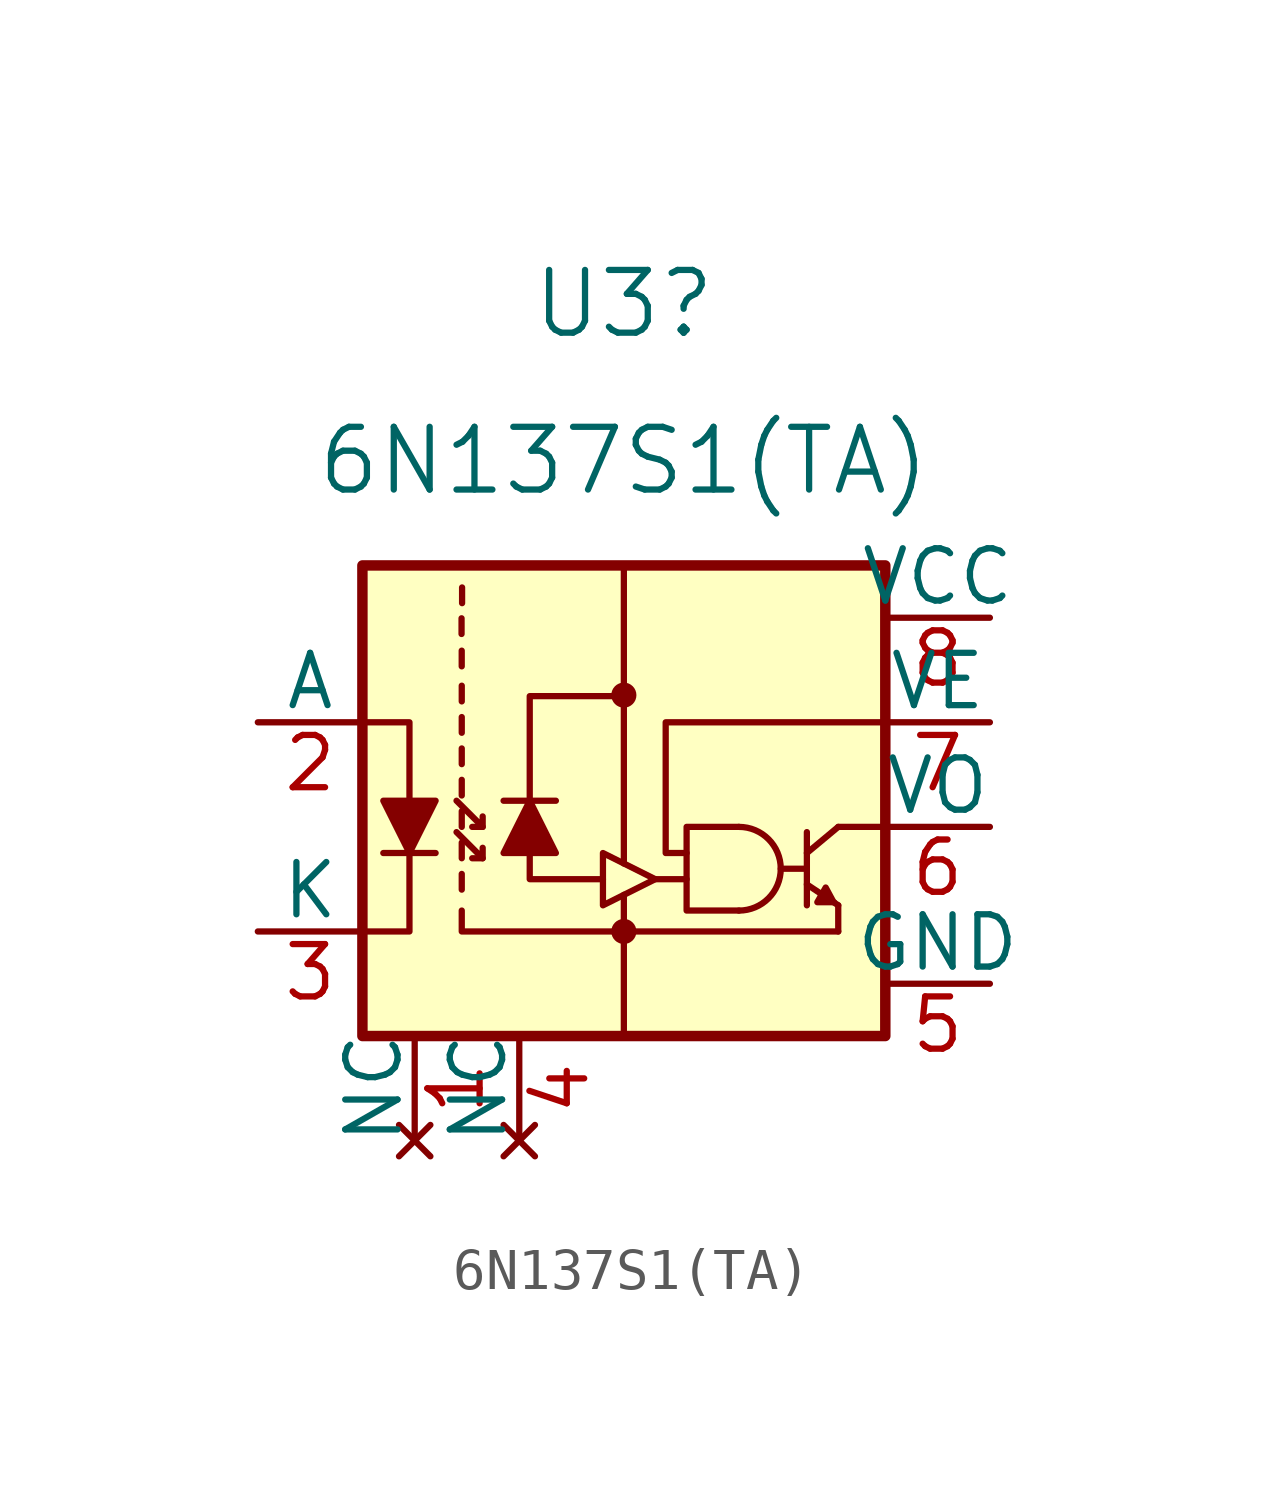
<source format=kicad_sym>
(kicad_symbol_lib
  (version 20211014)
  (generator kicad_symbol_editor)
  (symbol "6N137S1(TA)"
    (pin_names
      (offset 0))
    (property "Reference" "U3"
      (at 0 12.7 0)
      (effects (font (size 1.524 1.524))))
    (property "Value" "6N137S1(TA)"
      (at 0 8.89 0)
      (effects (font (size 1.524 1.524))))
    (symbol "6N137S1(TA)_0_1"
      (rectangle (start -6.35 6.35) (end 6.35 -5.08) (stroke (width 0.254) (type default) (color 0 0 0 0)) (fill (type background)))
      (polyline (pts (xy -5.842 -0.635) (xy -4.572 -0.635)) (stroke (width 0) (type default) (color 0 0 0 0)) (fill (type none)))
      (polyline (pts (xy -3.942 5.066) (xy -3.942 4.685)) (stroke (width 0) (type default) (color 0 0 0 0)) (fill (type none)))
      (polyline (pts (xy -3.938 4.28) (xy -3.938 3.899)) (stroke (width 0) (type default) (color 0 0 0 0)) (fill (type none)))
      (polyline (pts (xy -3.937 -1.143) (xy -3.937 -1.524)) (stroke (width 0) (type default) (color 0 0 0 0)) (fill (type none)))
      (polyline (pts (xy -3.937 -0.381) (xy -3.937 -0.762)) (stroke (width 0) (type default) (color 0 0 0 0)) (fill (type none)))
      (polyline (pts (xy -3.937 0.381) (xy -3.937 0)) (stroke (width 0) (type default) (color 0 0 0 0)) (fill (type none)))
      (polyline (pts (xy -3.937 1.143) (xy -3.937 0.762)) (stroke (width 0) (type default) (color 0 0 0 0)) (fill (type none)))
      (polyline (pts (xy -3.937 1.905) (xy -3.937 1.524)) (stroke (width 0) (type default) (color 0 0 0 0)) (fill (type none)))
      (polyline (pts (xy -3.937 2.667) (xy -3.937 2.286)) (stroke (width 0) (type default) (color 0 0 0 0)) (fill (type none)))
      (polyline (pts (xy -3.937 3.429) (xy -3.937 3.048)) (stroke (width 0) (type default) (color 0 0 0 0)) (fill (type none)))
      (polyline (pts (xy -3.929 5.815) (xy -3.929 5.434)) (stroke (width 0) (type default) (color 0 0 0 0)) (fill (type none)))
      (polyline (pts (xy -3.429 -0.762) (xy -3.683 -0.762)) (stroke (width 0) (type default) (color 0 0 0 0)) (fill (type none)))
      (polyline (pts (xy -3.429 0) (xy -3.683 0)) (stroke (width 0) (type default) (color 0 0 0 0)) (fill (type none)))
      (polyline (pts (xy -2.921 0.635) (xy -1.651 0.635)) (stroke (width 0) (type default) (color 0 0 0 0)) (fill (type none)))
      (polyline (pts (xy 0 -5.08) (xy 0 -2.54)) (stroke (width 0) (type default) (color 0 0 0 0)) (fill (type none)))
      (polyline (pts (xy 0 -2.54) (xy 0 -1.651)) (stroke (width 0) (type default) (color 0 0 0 0)) (fill (type none)))
      (polyline (pts (xy 0 6.35) (xy 0 -0.889)) (stroke (width 0) (type default) (color 0 0 0 0)) (fill (type none)))
      (polyline (pts (xy 1.524 -1.27) (xy 0.762 -1.27)) (stroke (width 0) (type default) (color 0 0 0 0)) (fill (type none)))
      (polyline (pts (xy 3.81 -1.016) (xy 4.445 -1.016)) (stroke (width 0) (type default) (color 0 0 0 0)) (fill (type none)))
      (polyline (pts (xy 4.445 -1.397) (xy 5.207 -1.905)) (stroke (width 0) (type default) (color 0 0 0 0)) (fill (type none)))
      (polyline (pts (xy 4.445 -0.635) (xy 5.207 0)) (stroke (width 0) (type default) (color 0 0 0 0)) (fill (type none)))
      (polyline (pts (xy 4.445 -0.127) (xy 4.445 -1.905)) (stroke (width 0) (type default) (color 0 0 0 0)) (fill (type none)))
      (polyline (pts (xy 5.207 -2.54) (xy 0 -2.54)) (stroke (width 0) (type default) (color 0 0 0 0)) (fill (type none)))
      (polyline (pts (xy 5.207 -1.905) (xy 5.207 -2.54)) (stroke (width 0) (type default) (color 0 0 0 0)) (fill (type none)))
      (polyline (pts (xy 6.35 0) (xy 5.207 0)) (stroke (width 0) (type default) (color 0 0 0 0)) (fill (type none)))
      (polyline (pts (xy -5.207 -0.635) (xy -5.207 -2.54) (xy -6.35 -2.54)) (stroke (width 0) (type default) (color 0 0 0 0)) (fill (type none)))
      (polyline (pts (xy -5.207 0.635) (xy -5.207 2.54) (xy -6.35 2.54)) (stroke (width 0) (type default) (color 0 0 0 0)) (fill (type none)))
      (polyline (pts (xy -4.064 -0.127) (xy -3.429 -0.762) (xy -3.429 -0.508)) (stroke (width 0) (type default) (color 0 0 0 0)) (fill (type none)))
      (polyline (pts (xy -4.064 0.635) (xy -3.429 0) (xy -3.429 0.254)) (stroke (width 0) (type default) (color 0 0 0 0)) (fill (type none)))
      (polyline (pts (xy -0.508 -1.27) (xy -2.286 -1.27) (xy -2.286 -0.635)) (stroke (width 0) (type default) (color 0 0 0 0)) (fill (type none)))
      (polyline (pts (xy 0 -2.54) (xy -3.937 -2.54) (xy -3.937 -2.032)) (stroke (width 0) (type default) (color 0 0 0 0)) (fill (type none)))
      (polyline (pts (xy 0 3.175) (xy -2.286 3.175) (xy -2.286 0.635)) (stroke (width 0) (type default) (color 0 0 0 0)) (fill (type none)))
      (polyline (pts (xy -5.842 0.635) (xy -4.572 0.635) (xy -5.207 -0.635) (xy -5.842 0.635)) (stroke (width 0) (type default) (color 0 0 0 0)) (fill (type outline)))
      (polyline (pts (xy -2.921 -0.635) (xy -1.651 -0.635) (xy -2.286 0.635) (xy -2.921 -0.635)) (stroke (width 0) (type default) (color 0 0 0 0)) (fill (type outline)))
      (polyline (pts (xy 0.762 -1.27) (xy -0.508 -0.635) (xy -0.508 -1.905) (xy 0.762 -1.27)) (stroke (width 0) (type default) (color 0 0 0 0)) (fill (type none)))
      (polyline (pts (xy 1.524 -0.635) (xy 1.016 -0.635) (xy 1.016 2.54) (xy 6.35 2.54)) (stroke (width 0) (type default) (color 0 0 0 0)) (fill (type none)))
      (polyline (pts (xy 2.794 0) (xy 1.524 0) (xy 1.524 -2.032) (xy 2.794 -2.032)) (stroke (width 0) (type default) (color 0 0 0 0)) (fill (type none)))
      (polyline (pts (xy 5.08 -1.803) (xy 4.902 -1.473) (xy 4.699 -1.829) (xy 5.105 -1.829)) (stroke (width 0) (type default) (color 0 0 0 0)) (fill (type outline)))
      (arc (start 2.794 -2.032) (mid 3.81 -1.016) (end 2.794 0) (stroke (width 0) (type default) (color 0 0 0 0)) (fill (type none))))
    (symbol "6N137S1(TA)_1_1"
      (circle (center 0 -2.54) (radius 0.229) (stroke (width 0) (type default) (color 0 0 0 0)) (fill (type outline)))
      (circle (center 0 3.2) (radius 0.229) (stroke (width 0) (type default) (color 0 0 0 0)) (fill (type outline)))
      (pin no_connect line (at -5.08 -7.62 90) (length 2.54) (name "NC" (effects (font (size 1.27 1.27)))) (number "1" (effects (font (size 1.27 1.27)))))
      (pin passive line (at -8.89 2.54 0) (length 2.54) (name "A" (effects (font (size 1.27 1.27)))) (number "2" (effects (font (size 1.27 1.27)))))
      (pin passive line (at -8.89 -2.54 0) (length 2.54) (name "K" (effects (font (size 1.27 1.27)))) (number "3" (effects (font (size 1.27 1.27)))))
      (pin no_connect line (at -2.54 -7.62 90) (length 2.54) (name "NC" (effects (font (size 1.27 1.27)))) (number "4" (effects (font (size 1.27 1.27)))))
      (pin power_in line (at 8.89 -3.81 180) (length 2.54) (name "GND" (effects (font (size 1.27 1.27)))) (number "5" (effects (font (size 1.27 1.27)))))
      (pin output line (at 8.89 0 180) (length 2.54) (name "VO" (effects (font (size 1.27 1.27)))) (number "6" (effects (font (size 1.27 1.27)))))
      (pin input line (at 8.89 2.54 180) (length 2.54) (name "VE" (effects (font (size 1.27 1.27)))) (number "7" (effects (font (size 1.27 1.27)))))
      (pin power_in line (at 8.89 5.08 180) (length 2.54) (name "VCC" (effects (font (size 1.27 1.27)))) (number "8" (effects (font (size 1.27 1.27))))))))
</source>
